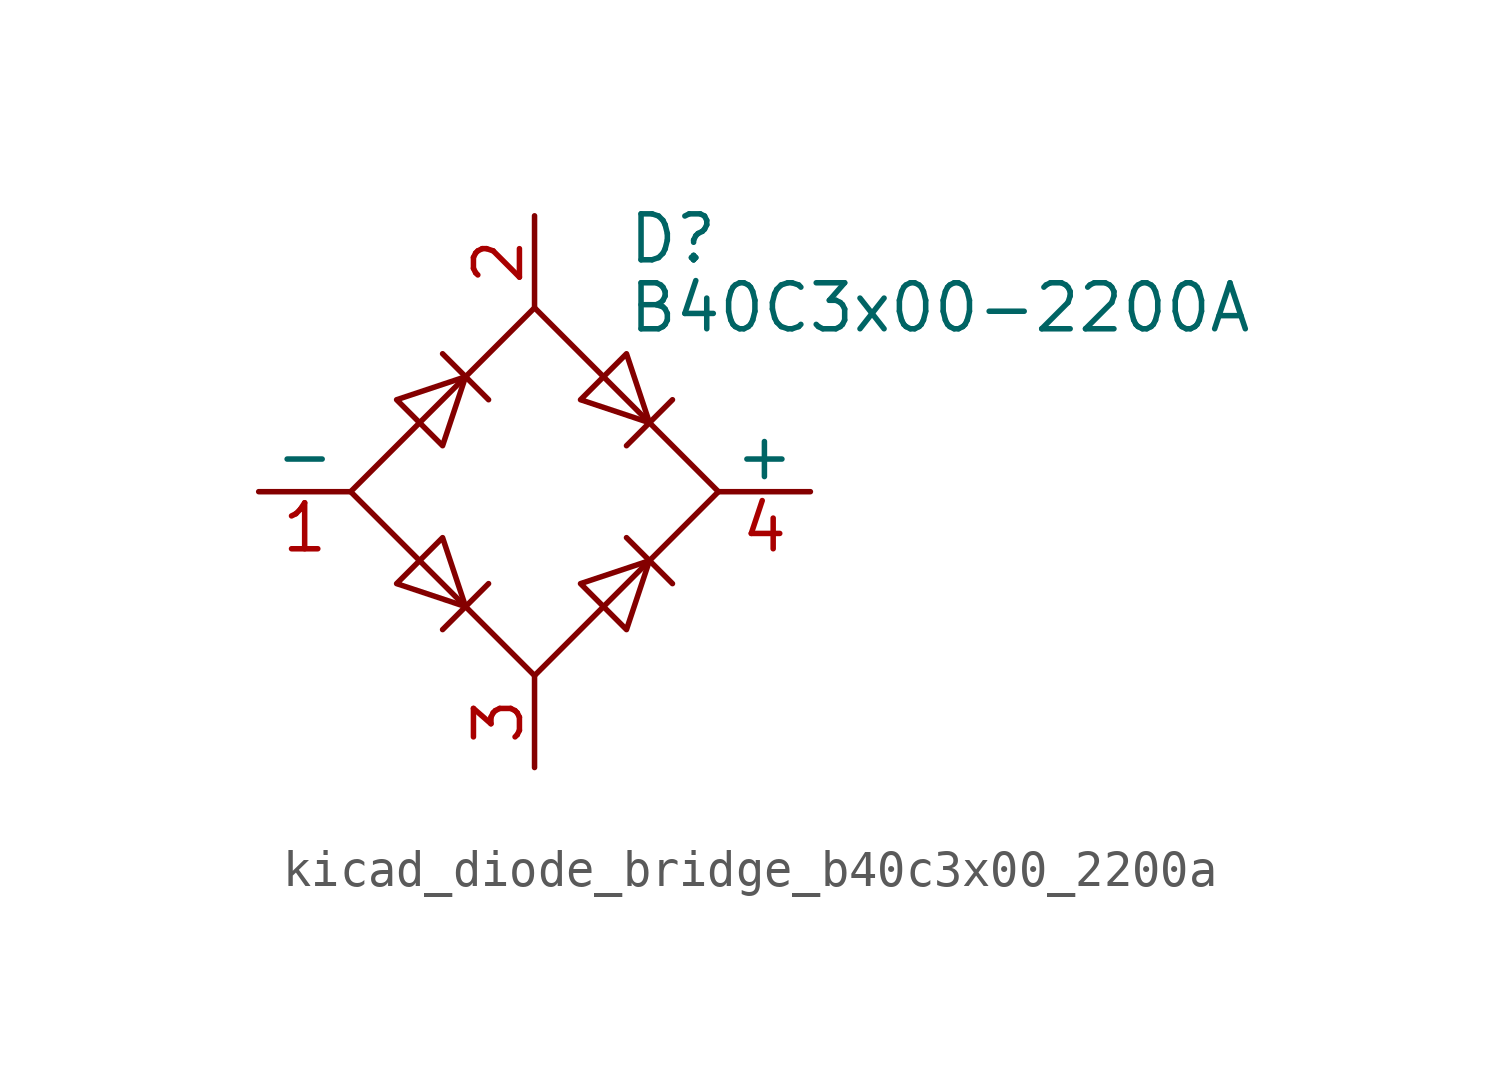
<source format=kicad_sym>
(kicad_symbol_lib
  (version 20220914)
  (generator kicad_symbol_editor)
  (symbol "kicad_diode_bridge_b40c3x00_2200a"
    (pin_names
      (offset 0))
    (property "Reference" "D"
      (at 2.54 6.985 0)
      (effects (font (size 1.27 1.27)) (justify left)))
    (property "Value" "B40C3x00-2200A"
      (at 2.54 5.08 0)
      (effects (font (size 1.27 1.27)) (justify left)))
    (symbol "kicad_diode_bridge_b40c3x00_2200a_0_1"
      (polyline (pts (xy -2.54 3.81) (xy -1.27 2.54)) (stroke (width 0) (type default)) (fill (type none)))
      (polyline (pts (xy -1.27 -2.54) (xy -2.54 -3.81)) (stroke (width 0) (type default)) (fill (type none)))
      (polyline (pts (xy 2.54 -1.27) (xy 3.81 -2.54)) (stroke (width 0) (type default)) (fill (type none)))
      (polyline (pts (xy 2.54 1.27) (xy 3.81 2.54)) (stroke (width 0) (type default)) (fill (type none)))
      (polyline (pts (xy -3.81 2.54) (xy -2.54 1.27) (xy -1.905 3.175) (xy -3.81 2.54)) (stroke (width 0) (type default)) (fill (type none)))
      (polyline (pts (xy -2.54 -1.27) (xy -3.81 -2.54) (xy -1.905 -3.175) (xy -2.54 -1.27)) (stroke (width 0) (type default)) (fill (type none)))
      (polyline (pts (xy 1.27 2.54) (xy 2.54 3.81) (xy 3.175 1.905) (xy 1.27 2.54)) (stroke (width 0) (type default)) (fill (type none)))
      (polyline (pts (xy 3.175 -1.905) (xy 1.27 -2.54) (xy 2.54 -3.81) (xy 3.175 -1.905)) (stroke (width 0) (type default)) (fill (type none)))
      (polyline (pts (xy -5.08 0) (xy 0 -5.08) (xy 5.08 0) (xy 0 5.08) (xy -5.08 0)) (stroke (width 0) (type default)) (fill (type none))))
    (symbol "kicad_diode_bridge_b40c3x00_2200a_1_1"
      (pin passive line (at -7.62 0 0) (length 2.54) (name "-" (effects (font (size 1.27 1.27)))) (number "1" (effects (font (size 1.27 1.27)))))
      (pin passive line (at 0 7.62 270) (length 2.54) (name "~" (effects (font (size 1.27 1.27)))) (number "2" (effects (font (size 1.27 1.27)))))
      (pin passive line (at 0 -7.62 90) (length 2.54) (name "~" (effects (font (size 1.27 1.27)))) (number "3" (effects (font (size 1.27 1.27)))))
      (pin passive line (at 7.62 0 180) (length 2.54) (name "+" (effects (font (size 1.27 1.27)))) (number "4" (effects (font (size 1.27 1.27))))))))
</source>
